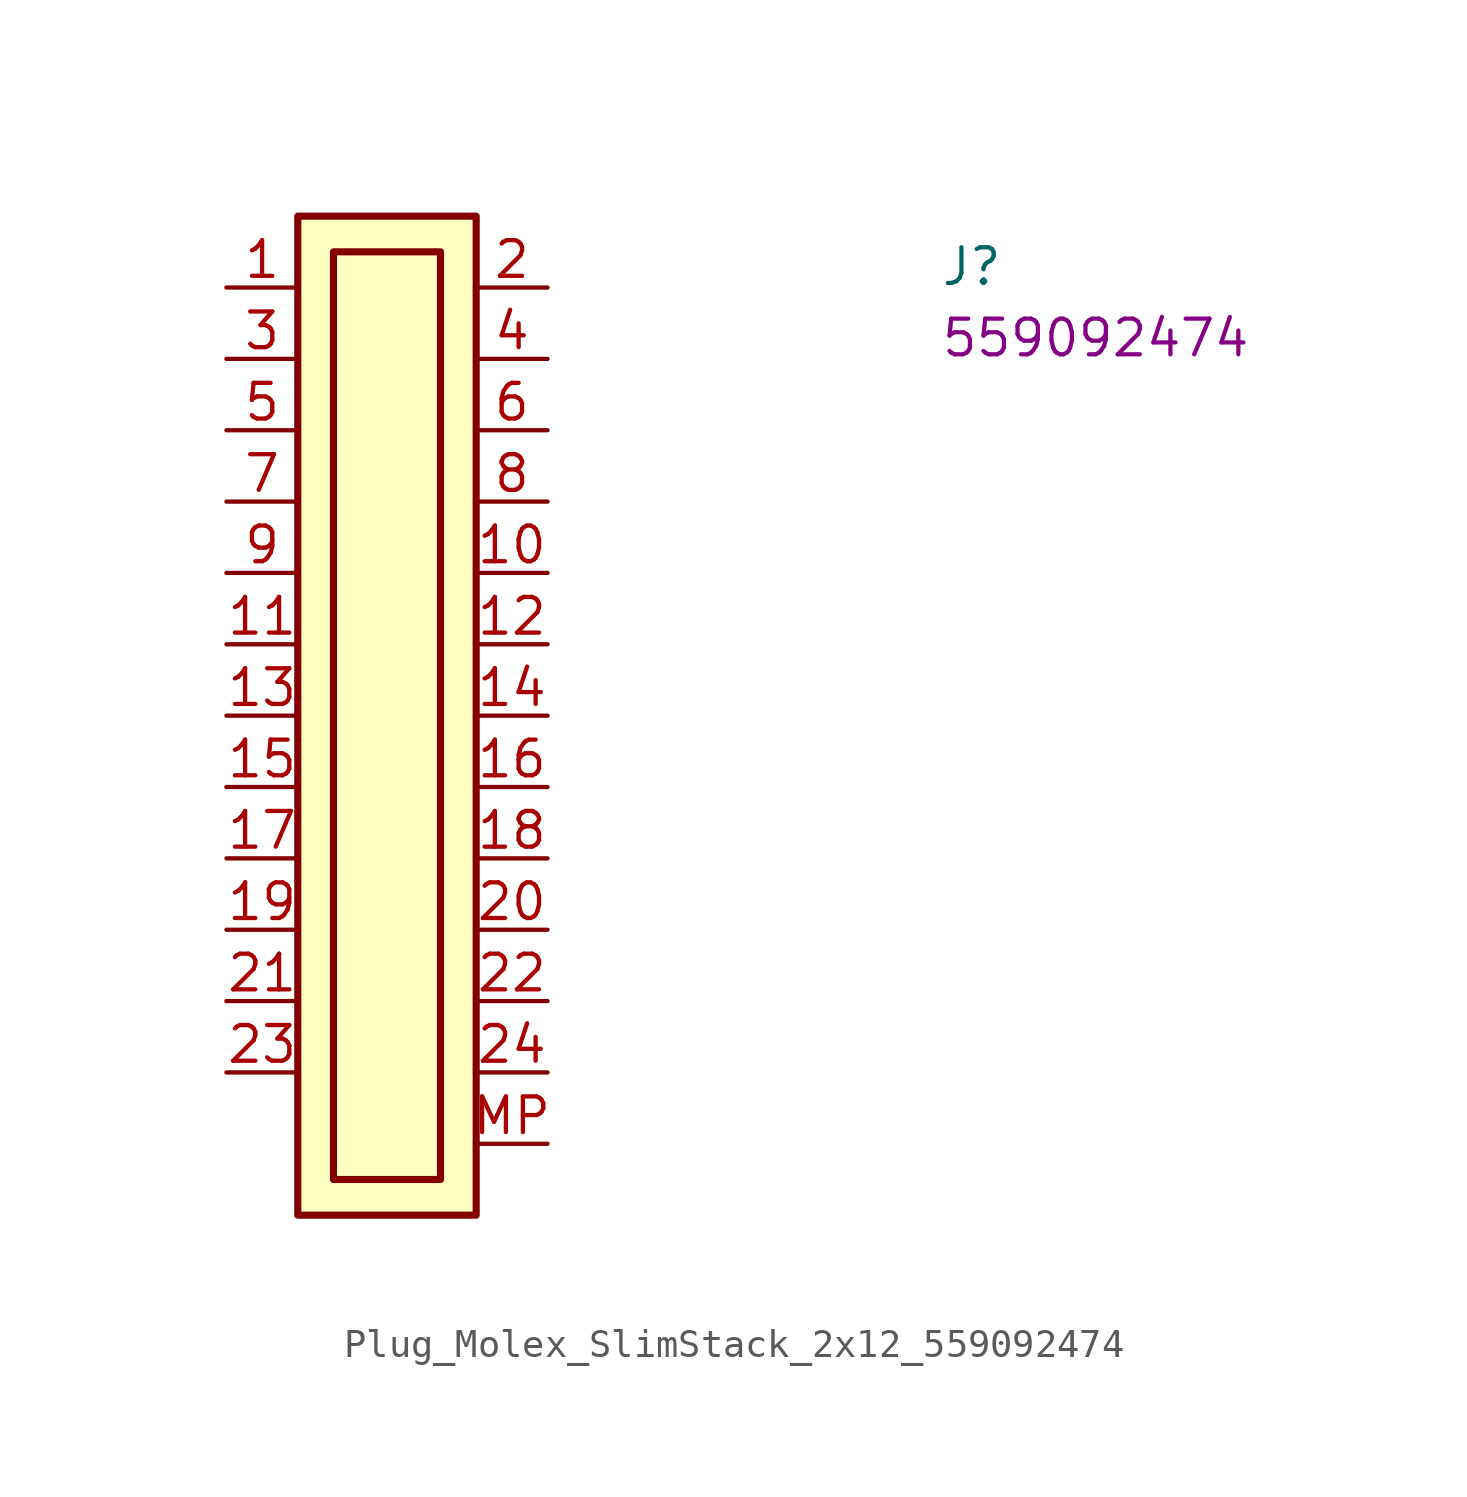
<source format=kicad_sym>
(kicad_symbol_lib
  (version 20220914)
  (generator kicad_symbol_editor)
  (symbol "Plug_Molex_SlimStack_2x12_559092474"
    (property "Reference" "J"
      (at 25.4 0 0)
      (effects (font (size 1.27 1.27) (thickness 0.15)) (justify left bottom)))
    (property "MPN" "559092474"
      (at 25.4 -2.54 0)
      (effects (font (size 1.27 1.27) (thickness 0.15)) (justify left bottom)))
    (symbol "Plug_Molex_SlimStack_2x12_559092474_1_1"
      (rectangle (start 2.54 2.54) (end 8.89 -33.02) (stroke (width 0.254) (type default)) (fill (type background)))
      (rectangle (start 3.81 1.27) (end 7.62 -31.75) (stroke (width 0.254) (type default)) (fill (type background)))
      (pin passive line (at 0 0 0) (length 2.54) (name "~" (effects (font (size 1.27 1.27)))) (number "1" (effects (font (size 1.27 1.27)))))
      (pin passive line (at 11.43 -10.16 180) (length 2.54) (name "~" (effects (font (size 1.27 1.27)))) (number "10" (effects (font (size 1.27 1.27)))))
      (pin passive line (at 0 -12.7 0) (length 2.54) (name "~" (effects (font (size 1.27 1.27)))) (number "11" (effects (font (size 1.27 1.27)))))
      (pin passive line (at 11.43 -12.7 180) (length 2.54) (name "~" (effects (font (size 1.27 1.27)))) (number "12" (effects (font (size 1.27 1.27)))))
      (pin passive line (at 0 -15.24 0) (length 2.54) (name "~" (effects (font (size 1.27 1.27)))) (number "13" (effects (font (size 1.27 1.27)))))
      (pin passive line (at 11.43 -15.24 180) (length 2.54) (name "~" (effects (font (size 1.27 1.27)))) (number "14" (effects (font (size 1.27 1.27)))))
      (pin passive line (at 0 -17.78 0) (length 2.54) (name "~" (effects (font (size 1.27 1.27)))) (number "15" (effects (font (size 1.27 1.27)))))
      (pin passive line (at 11.43 -17.78 180) (length 2.54) (name "~" (effects (font (size 1.27 1.27)))) (number "16" (effects (font (size 1.27 1.27)))))
      (pin passive line (at 0 -20.32 0) (length 2.54) (name "~" (effects (font (size 1.27 1.27)))) (number "17" (effects (font (size 1.27 1.27)))))
      (pin passive line (at 11.43 -20.32 180) (length 2.54) (name "~" (effects (font (size 1.27 1.27)))) (number "18" (effects (font (size 1.27 1.27)))))
      (pin passive line (at 0 -22.86 0) (length 2.54) (name "~" (effects (font (size 1.27 1.27)))) (number "19" (effects (font (size 1.27 1.27)))))
      (pin passive line (at 11.43 0 180) (length 2.54) (name "~" (effects (font (size 1.27 1.27)))) (number "2" (effects (font (size 1.27 1.27)))))
      (pin passive line (at 11.43 -22.86 180) (length 2.54) (name "~" (effects (font (size 1.27 1.27)))) (number "20" (effects (font (size 1.27 1.27)))))
      (pin passive line (at 0 -25.4 0) (length 2.54) (name "~" (effects (font (size 1.27 1.27)))) (number "21" (effects (font (size 1.27 1.27)))))
      (pin passive line (at 11.43 -25.4 180) (length 2.54) (name "~" (effects (font (size 1.27 1.27)))) (number "22" (effects (font (size 1.27 1.27)))))
      (pin passive line (at 0 -27.94 0) (length 2.54) (name "~" (effects (font (size 1.27 1.27)))) (number "23" (effects (font (size 1.27 1.27)))))
      (pin passive line (at 11.43 -27.94 180) (length 2.54) (name "~" (effects (font (size 1.27 1.27)))) (number "24" (effects (font (size 1.27 1.27)))))
      (pin passive line (at 0 -2.54 0) (length 2.54) (name "~" (effects (font (size 1.27 1.27)))) (number "3" (effects (font (size 1.27 1.27)))))
      (pin passive line (at 11.43 -2.54 180) (length 2.54) (name "~" (effects (font (size 1.27 1.27)))) (number "4" (effects (font (size 1.27 1.27)))))
      (pin passive line (at 0 -5.08 0) (length 2.54) (name "~" (effects (font (size 1.27 1.27)))) (number "5" (effects (font (size 1.27 1.27)))))
      (pin passive line (at 11.43 -5.08 180) (length 2.54) (name "~" (effects (font (size 1.27 1.27)))) (number "6" (effects (font (size 1.27 1.27)))))
      (pin passive line (at 0 -7.62 0) (length 2.54) (name "~" (effects (font (size 1.27 1.27)))) (number "7" (effects (font (size 1.27 1.27)))))
      (pin passive line (at 11.43 -7.62 180) (length 2.54) (name "~" (effects (font (size 1.27 1.27)))) (number "8" (effects (font (size 1.27 1.27)))))
      (pin passive line (at 0 -10.16 0) (length 2.54) (name "~" (effects (font (size 1.27 1.27)))) (number "9" (effects (font (size 1.27 1.27)))))
      (pin passive line (at 11.43 -30.48 180) (length 2.54) (name "~" (effects (font (size 1.27 1.27)))) (number "MP" (effects (font (size 1.27 1.27))))))))
</source>
